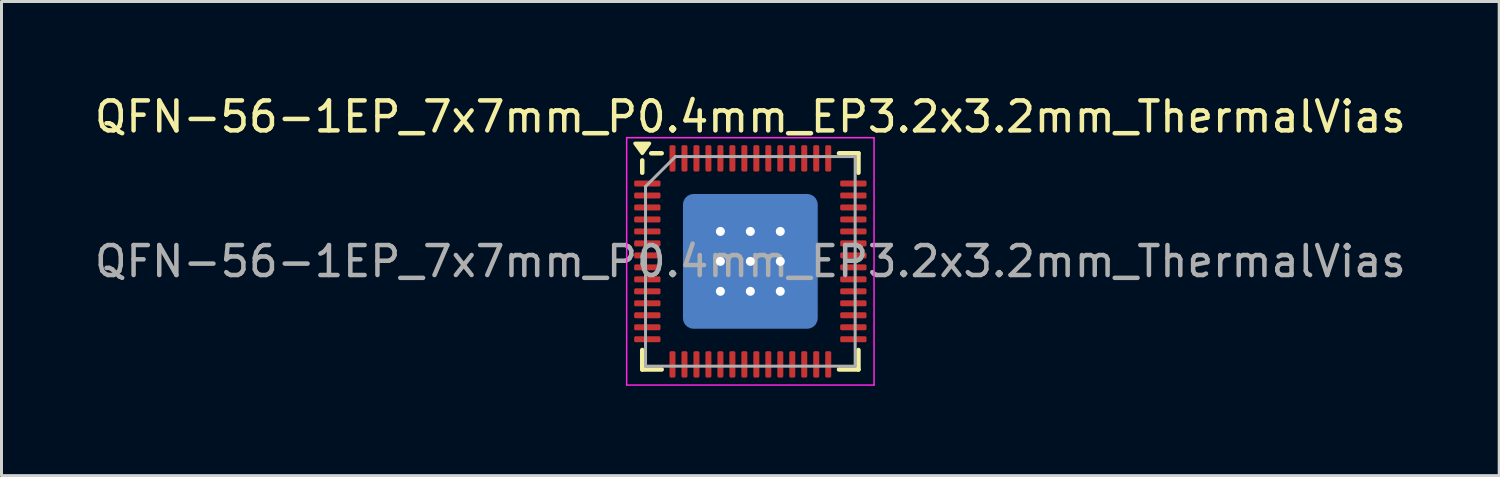
<source format=kicad_pcb>
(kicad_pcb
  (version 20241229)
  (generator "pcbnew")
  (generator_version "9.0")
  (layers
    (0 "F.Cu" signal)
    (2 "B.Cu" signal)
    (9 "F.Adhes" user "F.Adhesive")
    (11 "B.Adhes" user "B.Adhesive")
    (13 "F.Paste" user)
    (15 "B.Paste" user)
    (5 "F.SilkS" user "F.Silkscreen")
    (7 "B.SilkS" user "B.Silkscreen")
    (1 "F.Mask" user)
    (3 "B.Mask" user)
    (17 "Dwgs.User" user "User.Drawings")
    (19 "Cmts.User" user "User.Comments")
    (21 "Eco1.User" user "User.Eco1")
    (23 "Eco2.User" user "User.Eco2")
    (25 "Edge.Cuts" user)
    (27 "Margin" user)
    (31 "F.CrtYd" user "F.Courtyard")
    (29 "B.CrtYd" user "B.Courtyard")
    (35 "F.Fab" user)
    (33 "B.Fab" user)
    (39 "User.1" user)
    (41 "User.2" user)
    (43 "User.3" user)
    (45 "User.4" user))
  (footprint "QFN-56-1EP_7x7mm_P0.4mm_EP3.2x3.2mm_ThermalVias"
    (layer "F.Cu")
    (at 22.006 5.678)
    (property "Reference" "QFN-56-1EP_7x7mm_P0.4mm_EP3.2x3.2mm_ThermalVias" (at 0 -4.83 0) (layer "F.SilkS") (effects (font (size 1 1) (thickness 0.15))))
    (attr smd)
    (fp_line (start -3.61 -2.96) (end -3.61 -3.37) (stroke (width 0.15) (type solid)) (layer "F.SilkS"))
    (fp_line (start -3.61 3.61) (end -3.61 2.96) (stroke (width 0.15) (type solid)) (layer "F.SilkS"))
    (fp_line (start -2.96 -3.61) (end -3.31 -3.61) (stroke (width 0.15) (type solid)) (layer "F.SilkS"))
    (fp_line (start -2.96 3.61) (end -3.61 3.61) (stroke (width 0.15) (type solid)) (layer "F.SilkS"))
    (fp_line (start 2.96 -3.61) (end 3.61 -3.61) (stroke (width 0.15) (type solid)) (layer "F.SilkS"))
    (fp_line (start 2.96 3.61) (end 3.61 3.61) (stroke (width 0.15) (type solid)) (layer "F.SilkS"))
    (fp_line (start 3.61 -3.61) (end 3.61 -2.96) (stroke (width 0.15) (type solid)) (layer "F.SilkS"))
    (fp_line (start 3.61 3.61) (end 3.61 2.96) (stroke (width 0.15) (type solid)) (layer "F.SilkS"))
    (fp_poly (pts (xy -3.61 -3.61) (xy -3.85 -3.94) (xy -3.37 -3.94) (xy -3.61 -3.61)) (stroke (width 0.12) (type solid)) (fill yes) (layer "F.SilkS"))
    (fp_line (start -4.13 -4.13) (end -4.13 4.13) (stroke (width 0.05) (type solid)) (layer "F.CrtYd"))
    (fp_line (start -4.13 4.13) (end 4.13 4.13) (stroke (width 0.05) (type solid)) (layer "F.CrtYd"))
    (fp_line (start 4.13 -4.13) (end -4.13 -4.13) (stroke (width 0.05) (type solid)) (layer "F.CrtYd"))
    (fp_line (start 4.13 4.13) (end 4.13 -4.13) (stroke (width 0.05) (type solid)) (layer "F.CrtYd"))
    (fp_line (start -3.5 -2.5) (end -2.5 -3.5) (stroke (width 0.1) (type solid)) (layer "F.Fab"))
    (fp_line (start -3.5 3.5) (end -3.5 -2.5) (stroke (width 0.1) (type solid)) (layer "F.Fab"))
    (fp_line (start -2.5 -3.5) (end 3.5 -3.5) (stroke (width 0.1) (type solid)) (layer "F.Fab"))
    (fp_line (start 3.5 -3.5) (end 3.5 3.5) (stroke (width 0.1) (type solid)) (layer "F.Fab"))
    (fp_line (start 3.5 3.5) (end -3.5 3.5) (stroke (width 0.1) (type solid)) (layer "F.Fab"))
    (fp_text user "${REFERENCE}" (at 0 0 0) (layer "F.Fab") (effects (font (size 1 1) (thickness 0.15))))
    (pad "" smd custom (at -0.68 -0.68) (size 1.12 1.12) (layers "F.Paste") (options (anchor circle)) (primitives (gr_poly (pts (xy -0.5 -0.4) (xy -0.4 -0.5) (xy 0.5 -0.5) (xy 0.5 0.5) (xy -0.5 0.5)) (width 0.244) (fill yes))))
    (pad "" smd custom (at -0.68 0.68) (size 1.12 1.12) (layers "F.Paste") (options (anchor circle)) (primitives (gr_poly (pts (xy -0.5 -0.5) (xy 0.5 -0.5) (xy 0.5 0.5) (xy -0.4 0.5) (xy -0.5 0.4)) (width 0.244) (fill yes))))
    (pad "" smd custom (at 0.68 -0.68) (size 1.12 1.12) (layers "F.Paste") (options (anchor circle)) (primitives (gr_poly (pts (xy -0.5 -0.5) (xy 0.4 -0.5) (xy 0.5 -0.4) (xy 0.5 0.5) (xy -0.5 0.5)) (width 0.244) (fill yes))))
    (pad "" smd custom (at 0.68 0.68) (size 1.12 1.12) (layers "F.Paste") (options (anchor circle)) (primitives (gr_poly (pts (xy -0.5 -0.5) (xy 0.5 -0.5) (xy 0.5 0.4) (xy 0.4 0.5) (xy -0.5 0.5)) (width 0.244) (fill yes))))
    (pad "1" smd roundrect (at -3.44 -2.6) (size 0.88 0.2) (layers "F.Cu" "F.Mask" "F.Paste") (roundrect_rratio 0.25))
    (pad "2" smd roundrect (at -3.44 -2.2) (size 0.88 0.2) (layers "F.Cu" "F.Mask" "F.Paste") (roundrect_rratio 0.25))
    (pad "3" smd roundrect (at -3.44 -1.8) (size 0.88 0.2) (layers "F.Cu" "F.Mask" "F.Paste") (roundrect_rratio 0.25))
    (pad "4" smd roundrect (at -3.44 -1.4) (size 0.88 0.2) (layers "F.Cu" "F.Mask" "F.Paste") (roundrect_rratio 0.25))
    (pad "5" smd roundrect (at -3.44 -1) (size 0.88 0.2) (layers "F.Cu" "F.Mask" "F.Paste") (roundrect_rratio 0.25))
    (pad "6" smd roundrect (at -3.44 -0.6) (size 0.88 0.2) (layers "F.Cu" "F.Mask" "F.Paste") (roundrect_rratio 0.25))
    (pad "7" smd roundrect (at -3.44 -0.2) (size 0.88 0.2) (layers "F.Cu" "F.Mask" "F.Paste") (roundrect_rratio 0.25))
    (pad "8" smd roundrect (at -3.44 0.2) (size 0.88 0.2) (layers "F.Cu" "F.Mask" "F.Paste") (roundrect_rratio 0.25))
    (pad "9" smd roundrect (at -3.44 0.6) (size 0.88 0.2) (layers "F.Cu" "F.Mask" "F.Paste") (roundrect_rratio 0.25))
    (pad "10" smd roundrect (at -3.44 1) (size 0.88 0.2) (layers "F.Cu" "F.Mask" "F.Paste") (roundrect_rratio 0.25))
    (pad "11" smd roundrect (at -3.44 1.4) (size 0.88 0.2) (layers "F.Cu" "F.Mask" "F.Paste") (roundrect_rratio 0.25))
    (pad "12" smd roundrect (at -3.44 1.8) (size 0.88 0.2) (layers "F.Cu" "F.Mask" "F.Paste") (roundrect_rratio 0.25))
    (pad "13" smd roundrect (at -3.44 2.2) (size 0.88 0.2) (layers "F.Cu" "F.Mask" "F.Paste") (roundrect_rratio 0.25))
    (pad "14" smd roundrect (at -3.44 2.6) (size 0.88 0.2) (layers "F.Cu" "F.Mask" "F.Paste") (roundrect_rratio 0.25))
    (pad "15" smd roundrect (at -2.6 3.44) (size 0.2 0.88) (layers "F.Cu" "F.Mask" "F.Paste") (roundrect_rratio 0.25))
    (pad "16" smd roundrect (at -2.2 3.44) (size 0.2 0.88) (layers "F.Cu" "F.Mask" "F.Paste") (roundrect_rratio 0.25))
    (pad "17" smd roundrect (at -1.8 3.44) (size 0.2 0.88) (layers "F.Cu" "F.Mask" "F.Paste") (roundrect_rratio 0.25))
    (pad "18" smd roundrect (at -1.4 3.44) (size 0.2 0.88) (layers "F.Cu" "F.Mask" "F.Paste") (roundrect_rratio 0.25))
    (pad "19" smd roundrect (at -1 3.44) (size 0.2 0.88) (layers "F.Cu" "F.Mask" "F.Paste") (roundrect_rratio 0.25))
    (pad "20" smd roundrect (at -0.6 3.44) (size 0.2 0.88) (layers "F.Cu" "F.Mask" "F.Paste") (roundrect_rratio 0.25))
    (pad "21" smd roundrect (at -0.2 3.44) (size 0.2 0.88) (layers "F.Cu" "F.Mask" "F.Paste") (roundrect_rratio 0.25))
    (pad "22" smd roundrect (at 0.2 3.44) (size 0.2 0.88) (layers "F.Cu" "F.Mask" "F.Paste") (roundrect_rratio 0.25))
    (pad "23" smd roundrect (at 0.6 3.44) (size 0.2 0.88) (layers "F.Cu" "F.Mask" "F.Paste") (roundrect_rratio 0.25))
    (pad "24" smd roundrect (at 1 3.44) (size 0.2 0.88) (layers "F.Cu" "F.Mask" "F.Paste") (roundrect_rratio 0.25))
    (pad "25" smd roundrect (at 1.4 3.44) (size 0.2 0.88) (layers "F.Cu" "F.Mask" "F.Paste") (roundrect_rratio 0.25))
    (pad "26" smd roundrect (at 1.8 3.44) (size 0.2 0.88) (layers "F.Cu" "F.Mask" "F.Paste") (roundrect_rratio 0.25))
    (pad "27" smd roundrect (at 2.2 3.44) (size 0.2 0.88) (layers "F.Cu" "F.Mask" "F.Paste") (roundrect_rratio 0.25))
    (pad "28" smd roundrect (at 2.6 3.44) (size 0.2 0.88) (layers "F.Cu" "F.Mask" "F.Paste") (roundrect_rratio 0.25))
    (pad "29" smd roundrect (at 3.44 2.6) (size 0.88 0.2) (layers "F.Cu" "F.Mask" "F.Paste") (roundrect_rratio 0.25))
    (pad "30" smd roundrect (at 3.44 2.2) (size 0.88 0.2) (layers "F.Cu" "F.Mask" "F.Paste") (roundrect_rratio 0.25))
    (pad "31" smd roundrect (at 3.44 1.8) (size 0.88 0.2) (layers "F.Cu" "F.Mask" "F.Paste") (roundrect_rratio 0.25))
    (pad "32" smd roundrect (at 3.44 1.4) (size 0.88 0.2) (layers "F.Cu" "F.Mask" "F.Paste") (roundrect_rratio 0.25))
    (pad "33" smd roundrect (at 3.44 1) (size 0.88 0.2) (layers "F.Cu" "F.Mask" "F.Paste") (roundrect_rratio 0.25))
    (pad "34" smd roundrect (at 3.44 0.6) (size 0.88 0.2) (layers "F.Cu" "F.Mask" "F.Paste") (roundrect_rratio 0.25))
    (pad "35" smd roundrect (at 3.44 0.2) (size 0.88 0.2) (layers "F.Cu" "F.Mask" "F.Paste") (roundrect_rratio 0.25))
    (pad "36" smd roundrect (at 3.44 -0.2) (size 0.88 0.2) (layers "F.Cu" "F.Mask" "F.Paste") (roundrect_rratio 0.25))
    (pad "37" smd roundrect (at 3.44 -0.6) (size 0.88 0.2) (layers "F.Cu" "F.Mask" "F.Paste") (roundrect_rratio 0.25))
    (pad "38" smd roundrect (at 3.44 -1) (size 0.88 0.2) (layers "F.Cu" "F.Mask" "F.Paste") (roundrect_rratio 0.25))
    (pad "39" smd roundrect (at 3.44 -1.4) (size 0.88 0.2) (layers "F.Cu" "F.Mask" "F.Paste") (roundrect_rratio 0.25))
    (pad "40" smd roundrect (at 3.44 -1.8) (size 0.88 0.2) (layers "F.Cu" "F.Mask" "F.Paste") (roundrect_rratio 0.25))
    (pad "41" smd roundrect (at 3.44 -2.2) (size 0.88 0.2) (layers "F.Cu" "F.Mask" "F.Paste") (roundrect_rratio 0.25))
    (pad "42" smd roundrect (at 3.44 -2.6) (size 0.88 0.2) (layers "F.Cu" "F.Mask" "F.Paste") (roundrect_rratio 0.25))
    (pad "43" smd roundrect (at 2.6 -3.44) (size 0.2 0.88) (layers "F.Cu" "F.Mask" "F.Paste") (roundrect_rratio 0.25))
    (pad "44" smd roundrect (at 2.2 -3.44) (size 0.2 0.88) (layers "F.Cu" "F.Mask" "F.Paste") (roundrect_rratio 0.25))
    (pad "45" smd roundrect (at 1.8 -3.44) (size 0.2 0.88) (layers "F.Cu" "F.Mask" "F.Paste") (roundrect_rratio 0.25))
    (pad "46" smd roundrect (at 1.4 -3.44) (size 0.2 0.88) (layers "F.Cu" "F.Mask" "F.Paste") (roundrect_rratio 0.25))
    (pad "47" smd roundrect (at 1 -3.44) (size 0.2 0.88) (layers "F.Cu" "F.Mask" "F.Paste") (roundrect_rratio 0.25))
    (pad "48" smd roundrect (at 0.6 -3.44) (size 0.2 0.88) (layers "F.Cu" "F.Mask" "F.Paste") (roundrect_rratio 0.25))
    (pad "49" smd roundrect (at 0.2 -3.44) (size 0.2 0.88) (layers "F.Cu" "F.Mask" "F.Paste") (roundrect_rratio 0.25))
    (pad "50" smd roundrect (at -0.2 -3.44) (size 0.2 0.88) (layers "F.Cu" "F.Mask" "F.Paste") (roundrect_rratio 0.25))
    (pad "51" smd roundrect (at -0.6 -3.44) (size 0.2 0.88) (layers "F.Cu" "F.Mask" "F.Paste") (roundrect_rratio 0.25))
    (pad "52" smd roundrect (at -1 -3.44) (size 0.2 0.88) (layers "F.Cu" "F.Mask" "F.Paste") (roundrect_rratio 0.25))
    (pad "53" smd roundrect (at -1.4 -3.44) (size 0.2 0.88) (layers "F.Cu" "F.Mask" "F.Paste") (roundrect_rratio 0.25))
    (pad "54" smd roundrect (at -1.8 -3.44) (size 0.2 0.88) (layers "F.Cu" "F.Mask" "F.Paste") (roundrect_rratio 0.25))
    (pad "55" smd roundrect (at -2.2 -3.44) (size 0.2 0.88) (layers "F.Cu" "F.Mask" "F.Paste") (roundrect_rratio 0.25))
    (pad "56" smd roundrect (at -2.6 -3.44) (size 0.2 0.88) (layers "F.Cu" "F.Mask" "F.Paste") (roundrect_rratio 0.25))
    (pad "57" thru_hole circle (at -1 -1) (size 0.5 0.5) (drill 0.3) (layers "*.Cu" "F.Mask"))
    (pad "57" thru_hole circle (at -1 0) (size 0.5 0.5) (drill 0.3) (layers "*.Cu" "F.Mask"))
    (pad "57" thru_hole circle (at -1 1) (size 0.5 0.5) (drill 0.3) (layers "*.Cu" "F.Mask"))
    (pad "57" thru_hole circle (at 0 -1) (size 0.5 0.5) (drill 0.3) (layers "*.Cu" "F.Mask"))
    (pad "57" thru_hole circle (at 0 0) (size 0.5 0.5) (drill 0.3) (layers "*.Cu" "F.Mask"))
    (pad "57" smd roundrect (at 0 0) (size 3.2 3.2) (property pad_prop_heatsink) (layers "F.Cu" "F.Mask") (roundrect_rratio 0.078))
    (pad "57" smd roundrect (at 0 0) (size 4.5 4.5) (property pad_prop_heatsink) (layers "B.Cu") (roundrect_rratio 0.078))
    (pad "57" thru_hole circle (at 0 1) (size 0.5 0.5) (drill 0.3) (layers "*.Cu" "F.Mask"))
    (pad "57" thru_hole circle (at 1 -1) (size 0.5 0.5) (drill 0.3) (layers "*.Cu" "F.Mask"))
    (pad "57" thru_hole circle (at 1 0) (size 0.5 0.5) (drill 0.3) (layers "*.Cu" "F.Mask"))
    (pad "57" thru_hole circle (at 1 1) (size 0.5 0.5) (drill 0.3) (layers "*.Cu" "F.Mask")))
  (gr_rect
    (start -3 -3)
    (end 47.012 12.833)
    (stroke (width 0.1) (type default))
    (fill no)
    (layer "Edge.Cuts")))
</source>
